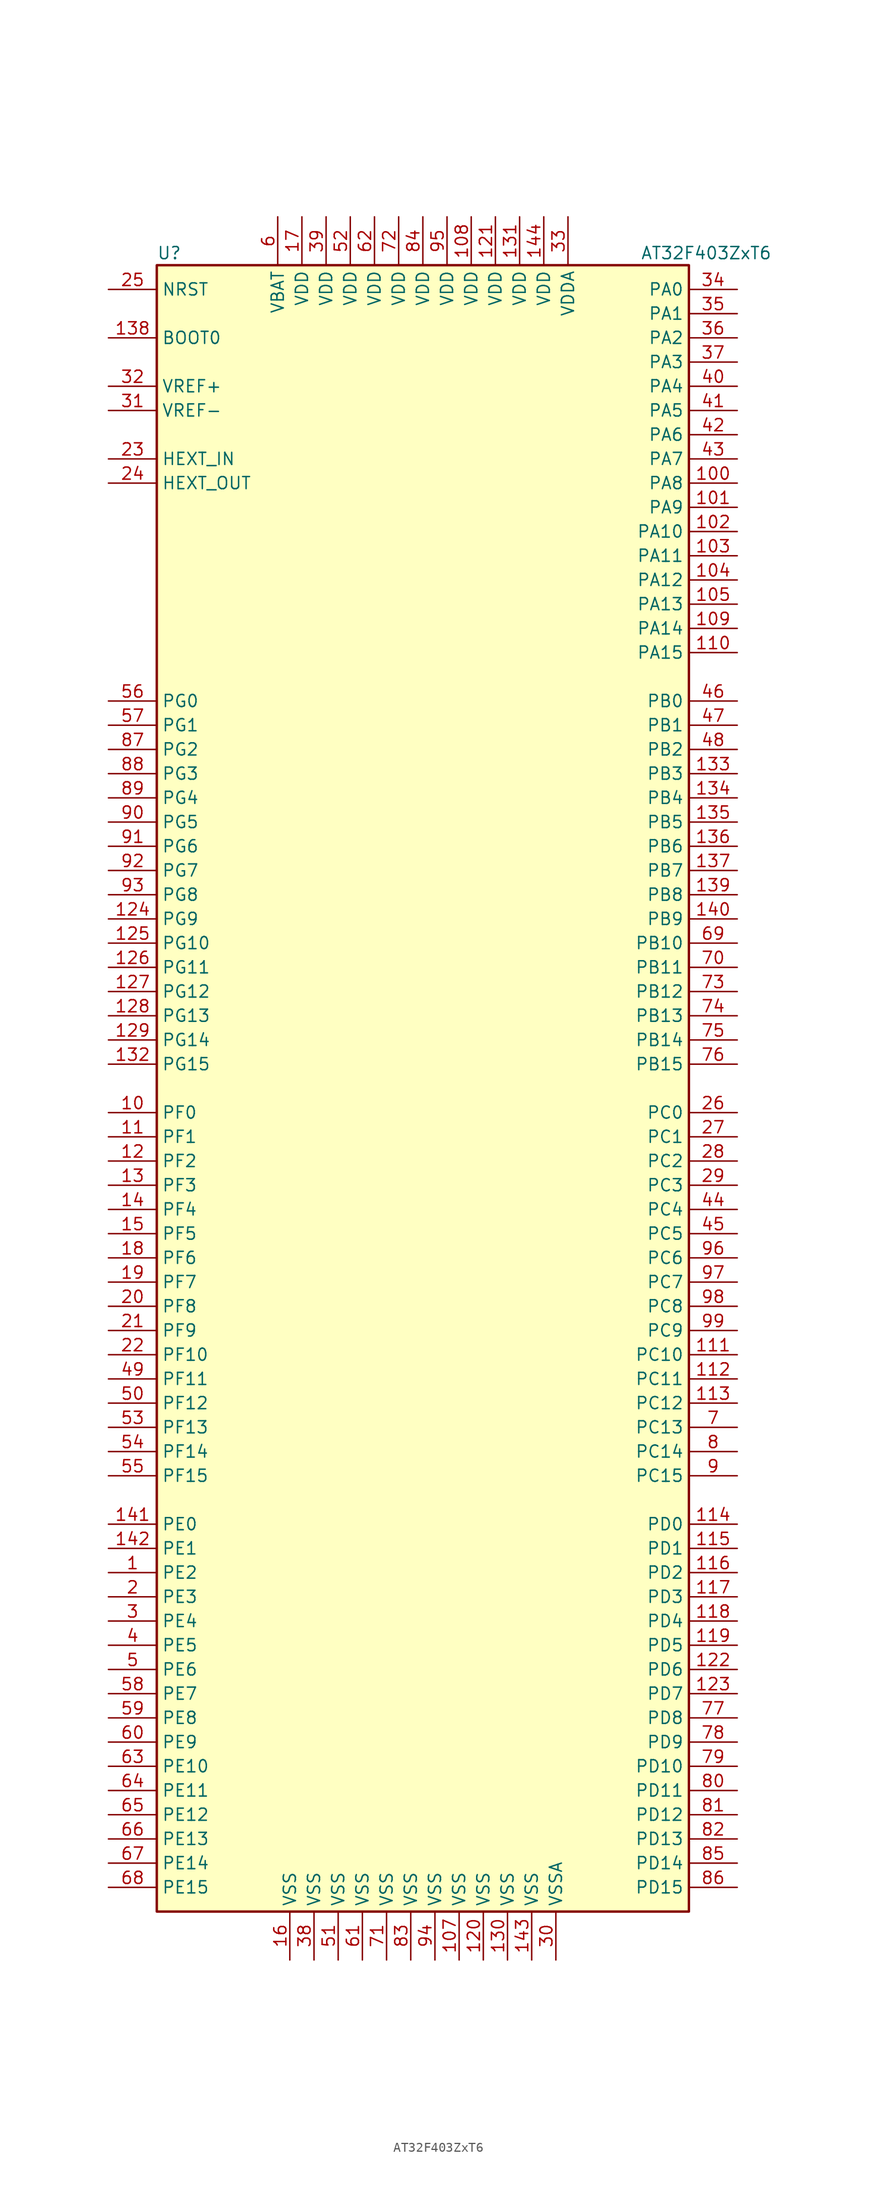
<source format=kicad_sym>
(kicad_symbol_lib
  (version 20220331)
  (generator kicad_symbol_editor)
  (symbol "AT32F403ZxT6"
    (property "Reference" "U"
      (at -27.94 87.63 0)
      (effects (font (size 1.27 1.27)) (justify left)))
    (property "Value" "AT32F403ZxT6"
      (at 22.86 87.63 0)
      (effects (font (size 1.27 1.27)) (justify left)))
    (symbol "AT32F403ZxT6_0_1"
      (rectangle (start -27.94 86.36) (end 27.94 -86.36) (stroke (width 0.254) (type default)) (fill (type background))))
    (symbol "AT32F403ZxT6_1_1"
      (pin bidirectional line (at -33.02 -50.8 0) (length 5.08) (name "PE2" (effects (font (size 1.27 1.27)))) (number "1" (effects (font (size 1.27 1.27)))))
      (pin bidirectional line (at -33.02 -2.54 0) (length 5.08) (name "PF0" (effects (font (size 1.27 1.27)))) (number "10" (effects (font (size 1.27 1.27)))))
      (pin bidirectional line (at 33.02 63.5 180) (length 5.08) (name "PA8" (effects (font (size 1.27 1.27)))) (number "100" (effects (font (size 1.27 1.27)))))
      (pin bidirectional line (at 33.02 60.96 180) (length 5.08) (name "PA9" (effects (font (size 1.27 1.27)))) (number "101" (effects (font (size 1.27 1.27)))))
      (pin bidirectional line (at 33.02 58.42 180) (length 5.08) (name "PA10" (effects (font (size 1.27 1.27)))) (number "102" (effects (font (size 1.27 1.27)))))
      (pin bidirectional line (at 33.02 55.88 180) (length 5.08) (name "PA11" (effects (font (size 1.27 1.27)))) (number "103" (effects (font (size 1.27 1.27)))))
      (pin bidirectional line (at 33.02 53.34 180) (length 5.08) (name "PA12" (effects (font (size 1.27 1.27)))) (number "104" (effects (font (size 1.27 1.27)))))
      (pin bidirectional line (at 33.02 50.8 180) (length 5.08) (name "PA13" (effects (font (size 1.27 1.27)))) (number "105" (effects (font (size 1.27 1.27)))))
      (pin no_connect line (at -33.02 50.8 0) (length 5.08) hide (name "NC" (effects (font (size 1.27 1.27)))) (number "106" (effects (font (size 1.27 1.27)))))
      (pin power_in line (at 3.81 -91.44 90) (length 5.08) (name "VSS" (effects (font (size 1.27 1.27)))) (number "107" (effects (font (size 1.27 1.27)))))
      (pin power_in line (at 5.08 91.44 270) (length 5.08) (name "VDD" (effects (font (size 1.27 1.27)))) (number "108" (effects (font (size 1.27 1.27)))))
      (pin bidirectional line (at 33.02 48.26 180) (length 5.08) (name "PA14" (effects (font (size 1.27 1.27)))) (number "109" (effects (font (size 1.27 1.27)))))
      (pin bidirectional line (at -33.02 -5.08 0) (length 5.08) (name "PF1" (effects (font (size 1.27 1.27)))) (number "11" (effects (font (size 1.27 1.27)))))
      (pin bidirectional line (at 33.02 45.72 180) (length 5.08) (name "PA15" (effects (font (size 1.27 1.27)))) (number "110" (effects (font (size 1.27 1.27)))))
      (pin bidirectional line (at 33.02 -27.94 180) (length 5.08) (name "PC10" (effects (font (size 1.27 1.27)))) (number "111" (effects (font (size 1.27 1.27)))))
      (pin bidirectional line (at 33.02 -30.48 180) (length 5.08) (name "PC11" (effects (font (size 1.27 1.27)))) (number "112" (effects (font (size 1.27 1.27)))))
      (pin bidirectional line (at 33.02 -33.02 180) (length 5.08) (name "PC12" (effects (font (size 1.27 1.27)))) (number "113" (effects (font (size 1.27 1.27)))))
      (pin bidirectional line (at 33.02 -45.72 180) (length 5.08) (name "PD0" (effects (font (size 1.27 1.27)))) (number "114" (effects (font (size 1.27 1.27)))))
      (pin bidirectional line (at 33.02 -48.26 180) (length 5.08) (name "PD1" (effects (font (size 1.27 1.27)))) (number "115" (effects (font (size 1.27 1.27)))))
      (pin bidirectional line (at 33.02 -50.8 180) (length 5.08) (name "PD2" (effects (font (size 1.27 1.27)))) (number "116" (effects (font (size 1.27 1.27)))))
      (pin bidirectional line (at 33.02 -53.34 180) (length 5.08) (name "PD3" (effects (font (size 1.27 1.27)))) (number "117" (effects (font (size 1.27 1.27)))))
      (pin bidirectional line (at 33.02 -55.88 180) (length 5.08) (name "PD4" (effects (font (size 1.27 1.27)))) (number "118" (effects (font (size 1.27 1.27)))))
      (pin bidirectional line (at 33.02 -58.42 180) (length 5.08) (name "PD5" (effects (font (size 1.27 1.27)))) (number "119" (effects (font (size 1.27 1.27)))))
      (pin bidirectional line (at -33.02 -7.62 0) (length 5.08) (name "PF2" (effects (font (size 1.27 1.27)))) (number "12" (effects (font (size 1.27 1.27)))))
      (pin power_in line (at 6.35 -91.44 90) (length 5.08) (name "VSS" (effects (font (size 1.27 1.27)))) (number "120" (effects (font (size 1.27 1.27)))))
      (pin power_in line (at 7.62 91.44 270) (length 5.08) (name "VDD" (effects (font (size 1.27 1.27)))) (number "121" (effects (font (size 1.27 1.27)))))
      (pin bidirectional line (at 33.02 -60.96 180) (length 5.08) (name "PD6" (effects (font (size 1.27 1.27)))) (number "122" (effects (font (size 1.27 1.27)))))
      (pin bidirectional line (at 33.02 -63.5 180) (length 5.08) (name "PD7" (effects (font (size 1.27 1.27)))) (number "123" (effects (font (size 1.27 1.27)))))
      (pin bidirectional line (at -33.02 17.78 0) (length 5.08) (name "PG9" (effects (font (size 1.27 1.27)))) (number "124" (effects (font (size 1.27 1.27)))))
      (pin bidirectional line (at -33.02 15.24 0) (length 5.08) (name "PG10" (effects (font (size 1.27 1.27)))) (number "125" (effects (font (size 1.27 1.27)))))
      (pin bidirectional line (at -33.02 12.7 0) (length 5.08) (name "PG11" (effects (font (size 1.27 1.27)))) (number "126" (effects (font (size 1.27 1.27)))))
      (pin bidirectional line (at -33.02 10.16 0) (length 5.08) (name "PG12" (effects (font (size 1.27 1.27)))) (number "127" (effects (font (size 1.27 1.27)))))
      (pin bidirectional line (at -33.02 7.62 0) (length 5.08) (name "PG13" (effects (font (size 1.27 1.27)))) (number "128" (effects (font (size 1.27 1.27)))))
      (pin bidirectional line (at -33.02 5.08 0) (length 5.08) (name "PG14" (effects (font (size 1.27 1.27)))) (number "129" (effects (font (size 1.27 1.27)))))
      (pin bidirectional line (at -33.02 -10.16 0) (length 5.08) (name "PF3" (effects (font (size 1.27 1.27)))) (number "13" (effects (font (size 1.27 1.27)))))
      (pin power_in line (at 8.89 -91.44 90) (length 5.08) (name "VSS" (effects (font (size 1.27 1.27)))) (number "130" (effects (font (size 1.27 1.27)))))
      (pin power_in line (at 10.16 91.44 270) (length 5.08) (name "VDD" (effects (font (size 1.27 1.27)))) (number "131" (effects (font (size 1.27 1.27)))))
      (pin bidirectional line (at -33.02 2.54 0) (length 5.08) (name "PG15" (effects (font (size 1.27 1.27)))) (number "132" (effects (font (size 1.27 1.27)))))
      (pin bidirectional line (at 33.02 33.02 180) (length 5.08) (name "PB3" (effects (font (size 1.27 1.27)))) (number "133" (effects (font (size 1.27 1.27)))))
      (pin bidirectional line (at 33.02 30.48 180) (length 5.08) (name "PB4" (effects (font (size 1.27 1.27)))) (number "134" (effects (font (size 1.27 1.27)))))
      (pin bidirectional line (at 33.02 27.94 180) (length 5.08) (name "PB5" (effects (font (size 1.27 1.27)))) (number "135" (effects (font (size 1.27 1.27)))))
      (pin bidirectional line (at 33.02 25.4 180) (length 5.08) (name "PB6" (effects (font (size 1.27 1.27)))) (number "136" (effects (font (size 1.27 1.27)))))
      (pin bidirectional line (at 33.02 22.86 180) (length 5.08) (name "PB7" (effects (font (size 1.27 1.27)))) (number "137" (effects (font (size 1.27 1.27)))))
      (pin input line (at -33.02 78.74 0) (length 5.08) (name "BOOT0" (effects (font (size 1.27 1.27)))) (number "138" (effects (font (size 1.27 1.27)))))
      (pin bidirectional line (at 33.02 20.32 180) (length 5.08) (name "PB8" (effects (font (size 1.27 1.27)))) (number "139" (effects (font (size 1.27 1.27)))))
      (pin bidirectional line (at -33.02 -12.7 0) (length 5.08) (name "PF4" (effects (font (size 1.27 1.27)))) (number "14" (effects (font (size 1.27 1.27)))))
      (pin bidirectional line (at 33.02 17.78 180) (length 5.08) (name "PB9" (effects (font (size 1.27 1.27)))) (number "140" (effects (font (size 1.27 1.27)))))
      (pin bidirectional line (at -33.02 -45.72 0) (length 5.08) (name "PE0" (effects (font (size 1.27 1.27)))) (number "141" (effects (font (size 1.27 1.27)))))
      (pin bidirectional line (at -33.02 -48.26 0) (length 5.08) (name "PE1" (effects (font (size 1.27 1.27)))) (number "142" (effects (font (size 1.27 1.27)))))
      (pin power_in line (at 11.43 -91.44 90) (length 5.08) (name "VSS" (effects (font (size 1.27 1.27)))) (number "143" (effects (font (size 1.27 1.27)))))
      (pin power_in line (at 12.7 91.44 270) (length 5.08) (name "VDD" (effects (font (size 1.27 1.27)))) (number "144" (effects (font (size 1.27 1.27)))))
      (pin bidirectional line (at -33.02 -15.24 0) (length 5.08) (name "PF5" (effects (font (size 1.27 1.27)))) (number "15" (effects (font (size 1.27 1.27)))))
      (pin power_in line (at -13.97 -91.44 90) (length 5.08) (name "VSS" (effects (font (size 1.27 1.27)))) (number "16" (effects (font (size 1.27 1.27)))))
      (pin power_in line (at -12.7 91.44 270) (length 5.08) (name "VDD" (effects (font (size 1.27 1.27)))) (number "17" (effects (font (size 1.27 1.27)))))
      (pin bidirectional line (at -33.02 -17.78 0) (length 5.08) (name "PF6" (effects (font (size 1.27 1.27)))) (number "18" (effects (font (size 1.27 1.27)))))
      (pin bidirectional line (at -33.02 -20.32 0) (length 5.08) (name "PF7" (effects (font (size 1.27 1.27)))) (number "19" (effects (font (size 1.27 1.27)))))
      (pin bidirectional line (at -33.02 -53.34 0) (length 5.08) (name "PE3" (effects (font (size 1.27 1.27)))) (number "2" (effects (font (size 1.27 1.27)))))
      (pin bidirectional line (at -33.02 -22.86 0) (length 5.08) (name "PF8" (effects (font (size 1.27 1.27)))) (number "20" (effects (font (size 1.27 1.27)))))
      (pin bidirectional line (at -33.02 -25.4 0) (length 5.08) (name "PF9" (effects (font (size 1.27 1.27)))) (number "21" (effects (font (size 1.27 1.27)))))
      (pin bidirectional line (at -33.02 -27.94 0) (length 5.08) (name "PF10" (effects (font (size 1.27 1.27)))) (number "22" (effects (font (size 1.27 1.27)))))
      (pin input line (at -33.02 66.04 0) (length 5.08) (name "HEXT_IN" (effects (font (size 1.27 1.27)))) (number "23" (effects (font (size 1.27 1.27)))))
      (pin input line (at -33.02 63.5 0) (length 5.08) (name "HEXT_OUT" (effects (font (size 1.27 1.27)))) (number "24" (effects (font (size 1.27 1.27)))))
      (pin input line (at -33.02 83.82 0) (length 5.08) (name "NRST" (effects (font (size 1.27 1.27)))) (number "25" (effects (font (size 1.27 1.27)))))
      (pin bidirectional line (at 33.02 -2.54 180) (length 5.08) (name "PC0" (effects (font (size 1.27 1.27)))) (number "26" (effects (font (size 1.27 1.27)))))
      (pin bidirectional line (at 33.02 -5.08 180) (length 5.08) (name "PC1" (effects (font (size 1.27 1.27)))) (number "27" (effects (font (size 1.27 1.27)))))
      (pin bidirectional line (at 33.02 -7.62 180) (length 5.08) (name "PC2" (effects (font (size 1.27 1.27)))) (number "28" (effects (font (size 1.27 1.27)))))
      (pin bidirectional line (at 33.02 -10.16 180) (length 5.08) (name "PC3" (effects (font (size 1.27 1.27)))) (number "29" (effects (font (size 1.27 1.27)))))
      (pin bidirectional line (at -33.02 -55.88 0) (length 5.08) (name "PE4" (effects (font (size 1.27 1.27)))) (number "3" (effects (font (size 1.27 1.27)))))
      (pin power_in line (at 13.97 -91.44 90) (length 5.08) (name "VSSA" (effects (font (size 1.27 1.27)))) (number "30" (effects (font (size 1.27 1.27)))))
      (pin power_in line (at -33.02 71.12 0) (length 5.08) (name "VREF-" (effects (font (size 1.27 1.27)))) (number "31" (effects (font (size 1.27 1.27)))))
      (pin power_in line (at -33.02 73.66 0) (length 5.08) (name "VREF+" (effects (font (size 1.27 1.27)))) (number "32" (effects (font (size 1.27 1.27)))))
      (pin power_in line (at 15.24 91.44 270) (length 5.08) (name "VDDA" (effects (font (size 1.27 1.27)))) (number "33" (effects (font (size 1.27 1.27)))))
      (pin bidirectional line (at 33.02 83.82 180) (length 5.08) (name "PA0" (effects (font (size 1.27 1.27)))) (number "34" (effects (font (size 1.27 1.27)))))
      (pin bidirectional line (at 33.02 81.28 180) (length 5.08) (name "PA1" (effects (font (size 1.27 1.27)))) (number "35" (effects (font (size 1.27 1.27)))))
      (pin bidirectional line (at 33.02 78.74 180) (length 5.08) (name "PA2" (effects (font (size 1.27 1.27)))) (number "36" (effects (font (size 1.27 1.27)))))
      (pin bidirectional line (at 33.02 76.2 180) (length 5.08) (name "PA3" (effects (font (size 1.27 1.27)))) (number "37" (effects (font (size 1.27 1.27)))))
      (pin power_in line (at -11.43 -91.44 90) (length 5.08) (name "VSS" (effects (font (size 1.27 1.27)))) (number "38" (effects (font (size 1.27 1.27)))))
      (pin power_in line (at -10.16 91.44 270) (length 5.08) (name "VDD" (effects (font (size 1.27 1.27)))) (number "39" (effects (font (size 1.27 1.27)))))
      (pin bidirectional line (at -33.02 -58.42 0) (length 5.08) (name "PE5" (effects (font (size 1.27 1.27)))) (number "4" (effects (font (size 1.27 1.27)))))
      (pin bidirectional line (at 33.02 73.66 180) (length 5.08) (name "PA4" (effects (font (size 1.27 1.27)))) (number "40" (effects (font (size 1.27 1.27)))))
      (pin bidirectional line (at 33.02 71.12 180) (length 5.08) (name "PA5" (effects (font (size 1.27 1.27)))) (number "41" (effects (font (size 1.27 1.27)))))
      (pin bidirectional line (at 33.02 68.58 180) (length 5.08) (name "PA6" (effects (font (size 1.27 1.27)))) (number "42" (effects (font (size 1.27 1.27)))))
      (pin bidirectional line (at 33.02 66.04 180) (length 5.08) (name "PA7" (effects (font (size 1.27 1.27)))) (number "43" (effects (font (size 1.27 1.27)))))
      (pin bidirectional line (at 33.02 -12.7 180) (length 5.08) (name "PC4" (effects (font (size 1.27 1.27)))) (number "44" (effects (font (size 1.27 1.27)))))
      (pin bidirectional line (at 33.02 -15.24 180) (length 5.08) (name "PC5" (effects (font (size 1.27 1.27)))) (number "45" (effects (font (size 1.27 1.27)))))
      (pin bidirectional line (at 33.02 40.64 180) (length 5.08) (name "PB0" (effects (font (size 1.27 1.27)))) (number "46" (effects (font (size 1.27 1.27)))))
      (pin bidirectional line (at 33.02 38.1 180) (length 5.08) (name "PB1" (effects (font (size 1.27 1.27)))) (number "47" (effects (font (size 1.27 1.27)))))
      (pin bidirectional line (at 33.02 35.56 180) (length 5.08) (name "PB2" (effects (font (size 1.27 1.27)))) (number "48" (effects (font (size 1.27 1.27)))))
      (pin bidirectional line (at -33.02 -30.48 0) (length 5.08) (name "PF11" (effects (font (size 1.27 1.27)))) (number "49" (effects (font (size 1.27 1.27)))))
      (pin bidirectional line (at -33.02 -60.96 0) (length 5.08) (name "PE6" (effects (font (size 1.27 1.27)))) (number "5" (effects (font (size 1.27 1.27)))))
      (pin bidirectional line (at -33.02 -33.02 0) (length 5.08) (name "PF12" (effects (font (size 1.27 1.27)))) (number "50" (effects (font (size 1.27 1.27)))))
      (pin power_in line (at -8.89 -91.44 90) (length 5.08) (name "VSS" (effects (font (size 1.27 1.27)))) (number "51" (effects (font (size 1.27 1.27)))))
      (pin power_in line (at -7.62 91.44 270) (length 5.08) (name "VDD" (effects (font (size 1.27 1.27)))) (number "52" (effects (font (size 1.27 1.27)))))
      (pin bidirectional line (at -33.02 -35.56 0) (length 5.08) (name "PF13" (effects (font (size 1.27 1.27)))) (number "53" (effects (font (size 1.27 1.27)))))
      (pin bidirectional line (at -33.02 -38.1 0) (length 5.08) (name "PF14" (effects (font (size 1.27 1.27)))) (number "54" (effects (font (size 1.27 1.27)))))
      (pin bidirectional line (at -33.02 -40.64 0) (length 5.08) (name "PF15" (effects (font (size 1.27 1.27)))) (number "55" (effects (font (size 1.27 1.27)))))
      (pin bidirectional line (at -33.02 40.64 0) (length 5.08) (name "PG0" (effects (font (size 1.27 1.27)))) (number "56" (effects (font (size 1.27 1.27)))))
      (pin bidirectional line (at -33.02 38.1 0) (length 5.08) (name "PG1" (effects (font (size 1.27 1.27)))) (number "57" (effects (font (size 1.27 1.27)))))
      (pin bidirectional line (at -33.02 -63.5 0) (length 5.08) (name "PE7" (effects (font (size 1.27 1.27)))) (number "58" (effects (font (size 1.27 1.27)))))
      (pin bidirectional line (at -33.02 -66.04 0) (length 5.08) (name "PE8" (effects (font (size 1.27 1.27)))) (number "59" (effects (font (size 1.27 1.27)))))
      (pin power_in line (at -15.24 91.44 270) (length 5.08) (name "VBAT" (effects (font (size 1.27 1.27)))) (number "6" (effects (font (size 1.27 1.27)))))
      (pin bidirectional line (at -33.02 -68.58 0) (length 5.08) (name "PE9" (effects (font (size 1.27 1.27)))) (number "60" (effects (font (size 1.27 1.27)))))
      (pin power_in line (at -6.35 -91.44 90) (length 5.08) (name "VSS" (effects (font (size 1.27 1.27)))) (number "61" (effects (font (size 1.27 1.27)))))
      (pin power_in line (at -5.08 91.44 270) (length 5.08) (name "VDD" (effects (font (size 1.27 1.27)))) (number "62" (effects (font (size 1.27 1.27)))))
      (pin bidirectional line (at -33.02 -71.12 0) (length 5.08) (name "PE10" (effects (font (size 1.27 1.27)))) (number "63" (effects (font (size 1.27 1.27)))))
      (pin bidirectional line (at -33.02 -73.66 0) (length 5.08) (name "PE11" (effects (font (size 1.27 1.27)))) (number "64" (effects (font (size 1.27 1.27)))))
      (pin bidirectional line (at -33.02 -76.2 0) (length 5.08) (name "PE12" (effects (font (size 1.27 1.27)))) (number "65" (effects (font (size 1.27 1.27)))))
      (pin bidirectional line (at -33.02 -78.74 0) (length 5.08) (name "PE13" (effects (font (size 1.27 1.27)))) (number "66" (effects (font (size 1.27 1.27)))))
      (pin bidirectional line (at -33.02 -81.28 0) (length 5.08) (name "PE14" (effects (font (size 1.27 1.27)))) (number "67" (effects (font (size 1.27 1.27)))))
      (pin bidirectional line (at -33.02 -83.82 0) (length 5.08) (name "PE15" (effects (font (size 1.27 1.27)))) (number "68" (effects (font (size 1.27 1.27)))))
      (pin bidirectional line (at 33.02 15.24 180) (length 5.08) (name "PB10" (effects (font (size 1.27 1.27)))) (number "69" (effects (font (size 1.27 1.27)))))
      (pin bidirectional line (at 33.02 -35.56 180) (length 5.08) (name "PC13" (effects (font (size 1.27 1.27)))) (number "7" (effects (font (size 1.27 1.27)))))
      (pin bidirectional line (at 33.02 12.7 180) (length 5.08) (name "PB11" (effects (font (size 1.27 1.27)))) (number "70" (effects (font (size 1.27 1.27)))))
      (pin power_in line (at -3.81 -91.44 90) (length 5.08) (name "VSS" (effects (font (size 1.27 1.27)))) (number "71" (effects (font (size 1.27 1.27)))))
      (pin power_in line (at -2.54 91.44 270) (length 5.08) (name "VDD" (effects (font (size 1.27 1.27)))) (number "72" (effects (font (size 1.27 1.27)))))
      (pin bidirectional line (at 33.02 10.16 180) (length 5.08) (name "PB12" (effects (font (size 1.27 1.27)))) (number "73" (effects (font (size 1.27 1.27)))))
      (pin bidirectional line (at 33.02 7.62 180) (length 5.08) (name "PB13" (effects (font (size 1.27 1.27)))) (number "74" (effects (font (size 1.27 1.27)))))
      (pin bidirectional line (at 33.02 5.08 180) (length 5.08) (name "PB14" (effects (font (size 1.27 1.27)))) (number "75" (effects (font (size 1.27 1.27)))))
      (pin bidirectional line (at 33.02 2.54 180) (length 5.08) (name "PB15" (effects (font (size 1.27 1.27)))) (number "76" (effects (font (size 1.27 1.27)))))
      (pin bidirectional line (at 33.02 -66.04 180) (length 5.08) (name "PD8" (effects (font (size 1.27 1.27)))) (number "77" (effects (font (size 1.27 1.27)))))
      (pin bidirectional line (at 33.02 -68.58 180) (length 5.08) (name "PD9" (effects (font (size 1.27 1.27)))) (number "78" (effects (font (size 1.27 1.27)))))
      (pin bidirectional line (at 33.02 -71.12 180) (length 5.08) (name "PD10" (effects (font (size 1.27 1.27)))) (number "79" (effects (font (size 1.27 1.27)))))
      (pin bidirectional line (at 33.02 -38.1 180) (length 5.08) (name "PC14" (effects (font (size 1.27 1.27)))) (number "8" (effects (font (size 1.27 1.27)))))
      (pin bidirectional line (at 33.02 -73.66 180) (length 5.08) (name "PD11" (effects (font (size 1.27 1.27)))) (number "80" (effects (font (size 1.27 1.27)))))
      (pin bidirectional line (at 33.02 -76.2 180) (length 5.08) (name "PD12" (effects (font (size 1.27 1.27)))) (number "81" (effects (font (size 1.27 1.27)))))
      (pin bidirectional line (at 33.02 -78.74 180) (length 5.08) (name "PD13" (effects (font (size 1.27 1.27)))) (number "82" (effects (font (size 1.27 1.27)))))
      (pin power_in line (at -1.27 -91.44 90) (length 5.08) (name "VSS" (effects (font (size 1.27 1.27)))) (number "83" (effects (font (size 1.27 1.27)))))
      (pin power_in line (at 0 91.44 270) (length 5.08) (name "VDD" (effects (font (size 1.27 1.27)))) (number "84" (effects (font (size 1.27 1.27)))))
      (pin bidirectional line (at 33.02 -81.28 180) (length 5.08) (name "PD14" (effects (font (size 1.27 1.27)))) (number "85" (effects (font (size 1.27 1.27)))))
      (pin bidirectional line (at 33.02 -83.82 180) (length 5.08) (name "PD15" (effects (font (size 1.27 1.27)))) (number "86" (effects (font (size 1.27 1.27)))))
      (pin bidirectional line (at -33.02 35.56 0) (length 5.08) (name "PG2" (effects (font (size 1.27 1.27)))) (number "87" (effects (font (size 1.27 1.27)))))
      (pin bidirectional line (at -33.02 33.02 0) (length 5.08) (name "PG3" (effects (font (size 1.27 1.27)))) (number "88" (effects (font (size 1.27 1.27)))))
      (pin bidirectional line (at -33.02 30.48 0) (length 5.08) (name "PG4" (effects (font (size 1.27 1.27)))) (number "89" (effects (font (size 1.27 1.27)))))
      (pin bidirectional line (at 33.02 -40.64 180) (length 5.08) (name "PC15" (effects (font (size 1.27 1.27)))) (number "9" (effects (font (size 1.27 1.27)))))
      (pin bidirectional line (at -33.02 27.94 0) (length 5.08) (name "PG5" (effects (font (size 1.27 1.27)))) (number "90" (effects (font (size 1.27 1.27)))))
      (pin bidirectional line (at -33.02 25.4 0) (length 5.08) (name "PG6" (effects (font (size 1.27 1.27)))) (number "91" (effects (font (size 1.27 1.27)))))
      (pin bidirectional line (at -33.02 22.86 0) (length 5.08) (name "PG7" (effects (font (size 1.27 1.27)))) (number "92" (effects (font (size 1.27 1.27)))))
      (pin bidirectional line (at -33.02 20.32 0) (length 5.08) (name "PG8" (effects (font (size 1.27 1.27)))) (number "93" (effects (font (size 1.27 1.27)))))
      (pin power_in line (at 1.27 -91.44 90) (length 5.08) (name "VSS" (effects (font (size 1.27 1.27)))) (number "94" (effects (font (size 1.27 1.27)))))
      (pin power_in line (at 2.54 91.44 270) (length 5.08) (name "VDD" (effects (font (size 1.27 1.27)))) (number "95" (effects (font (size 1.27 1.27)))))
      (pin bidirectional line (at 33.02 -17.78 180) (length 5.08) (name "PC6" (effects (font (size 1.27 1.27)))) (number "96" (effects (font (size 1.27 1.27)))))
      (pin bidirectional line (at 33.02 -20.32 180) (length 5.08) (name "PC7" (effects (font (size 1.27 1.27)))) (number "97" (effects (font (size 1.27 1.27)))))
      (pin bidirectional line (at 33.02 -22.86 180) (length 5.08) (name "PC8" (effects (font (size 1.27 1.27)))) (number "98" (effects (font (size 1.27 1.27)))))
      (pin bidirectional line (at 33.02 -25.4 180) (length 5.08) (name "PC9" (effects (font (size 1.27 1.27)))) (number "99" (effects (font (size 1.27 1.27))))))))
</source>
